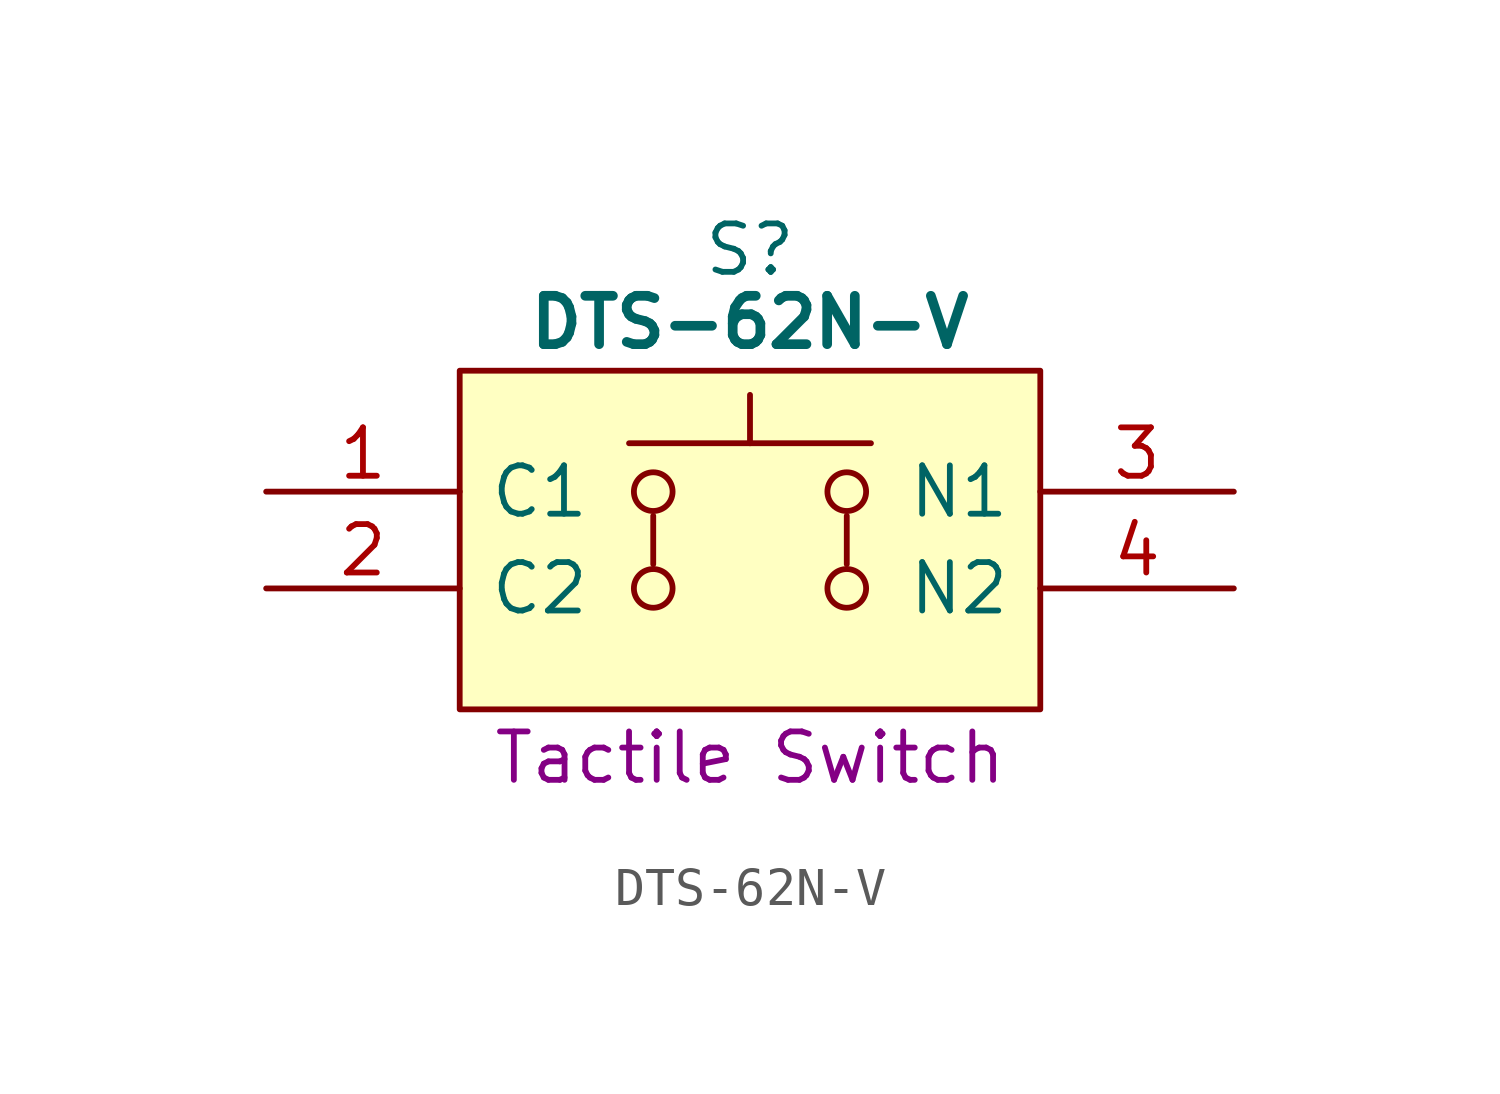
<source format=kicad_sym>
(kicad_symbol_lib
  (version 20220914)
  (generator kicad_symbol_editor)
  (symbol "DTS-62N-V"
    (pin_names
      (offset 0.762))
    (property "Reference" "S"
      (at 12.7 6.35 0)
      (effects (font (size 1.27 1.27))))
    (property "Value" "DTS-62N-V"
      (at 12.7 4.445 0)
      (effects (font (size 1.27 1.27) bold)))
    (property "Description" "Tactile Switch"
      (at 12.7 -6.985 0)
      (effects (font (size 1.27 1.27))))
    (symbol "DTS-62N-V_0_0"
      (pin passive line (at 0 0 0) (length 5.08) (name "C1" (effects (font (size 1.27 1.27)))) (number "1" (effects (font (size 1.27 1.27)))))
      (pin passive line (at 0 -2.54 0) (length 5.08) (name "C2" (effects (font (size 1.27 1.27)))) (number "2" (effects (font (size 1.27 1.27)))))
      (pin passive line (at 25.4 0 180) (length 5.08) (name "N1" (effects (font (size 1.27 1.27)))) (number "3" (effects (font (size 1.27 1.27)))))
      (pin passive line (at 25.4 -2.54 180) (length 5.08) (name "N2" (effects (font (size 1.27 1.27)))) (number "4" (effects (font (size 1.27 1.27))))))
    (symbol "DTS-62N-V_0_1"
      (polyline (pts (xy 10.16 -1.905) (xy 10.16 -0.635)) (stroke (width 0) (type default)) (fill (type none)))
      (polyline (pts (xy 12.7 1.27) (xy 12.7 2.54)) (stroke (width 0) (type default)) (fill (type none)))
      (polyline (pts (xy 15.24 -1.905) (xy 15.24 -0.635)) (stroke (width 0) (type default)) (fill (type none)))
      (polyline (pts (xy 15.875 1.27) (xy 9.525 1.27)) (stroke (width 0) (type default)) (fill (type none)))
      (polyline (pts (xy 5.08 3.175) (xy 20.32 3.175) (xy 20.32 -5.715) (xy 5.08 -5.715) (xy 5.08 3.175)) (stroke (width 0.152) (type default)) (fill (type background)))
      (circle (center 10.16 -2.54) (radius 0.508) (stroke (width 0) (type default)) (fill (type none)))
      (circle (center 10.16 0) (radius 0.508) (stroke (width 0) (type default)) (fill (type none)))
      (circle (center 15.24 -2.54) (radius 0.508) (stroke (width 0) (type default)) (fill (type none)))
      (circle (center 15.24 0) (radius 0.508) (stroke (width 0) (type default)) (fill (type none))))))
</source>
